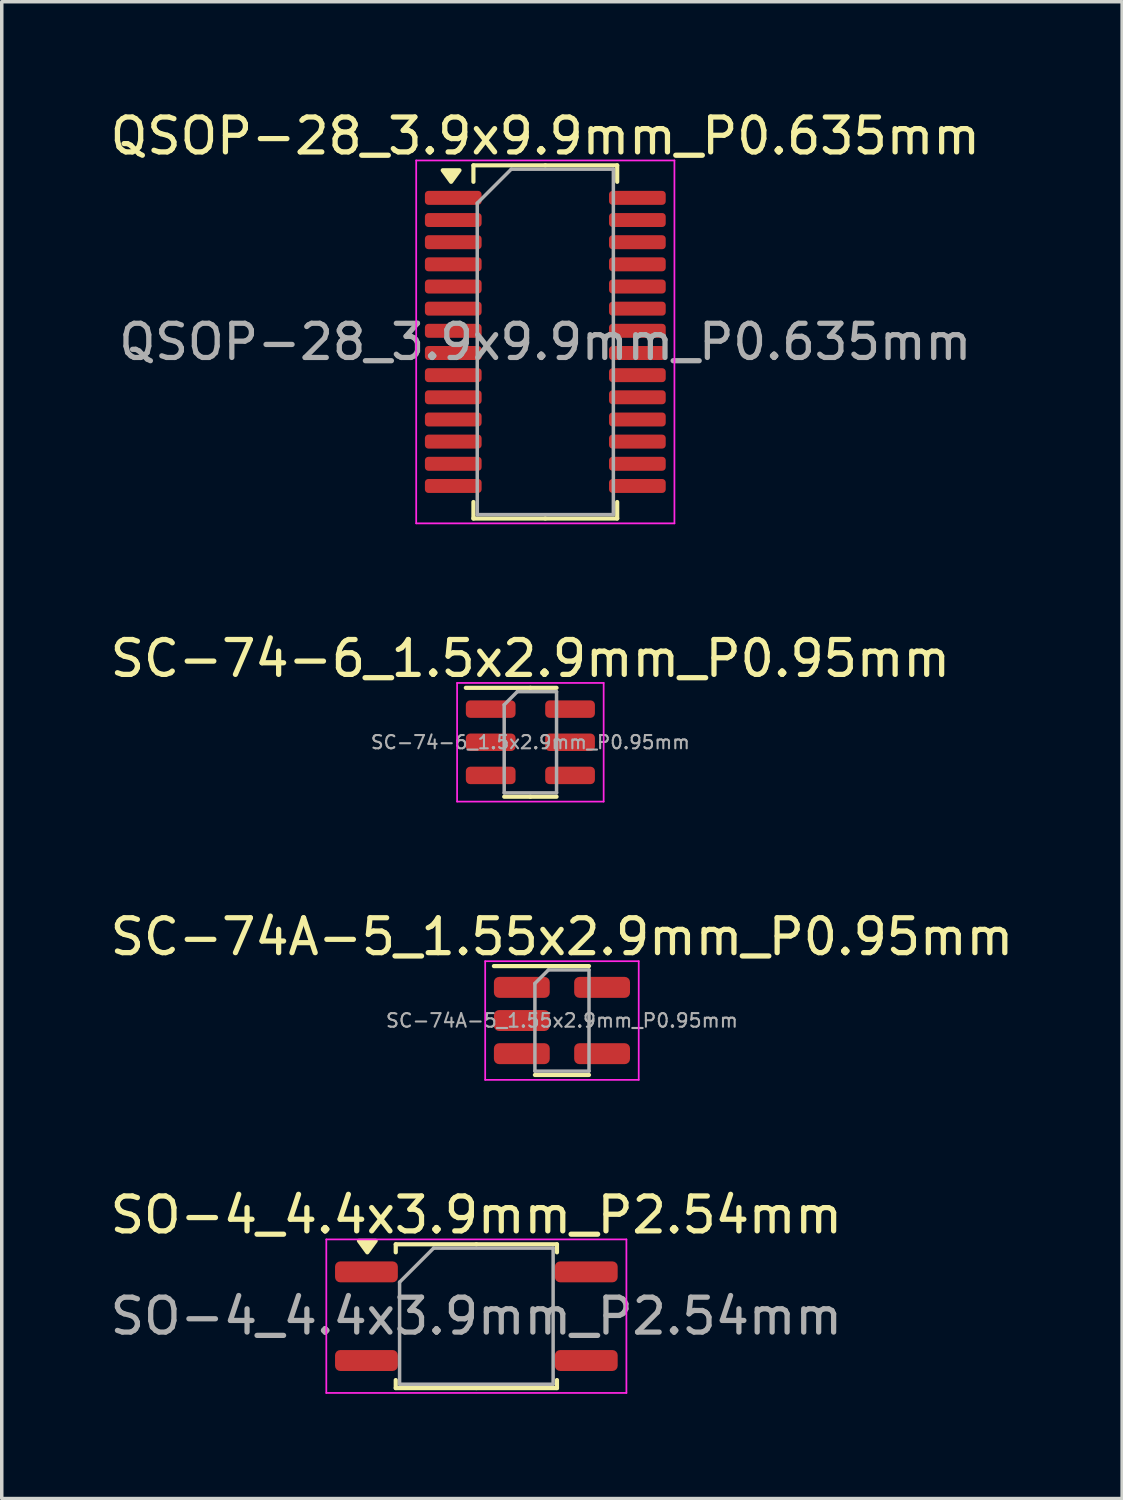
<source format=kicad_pcb>
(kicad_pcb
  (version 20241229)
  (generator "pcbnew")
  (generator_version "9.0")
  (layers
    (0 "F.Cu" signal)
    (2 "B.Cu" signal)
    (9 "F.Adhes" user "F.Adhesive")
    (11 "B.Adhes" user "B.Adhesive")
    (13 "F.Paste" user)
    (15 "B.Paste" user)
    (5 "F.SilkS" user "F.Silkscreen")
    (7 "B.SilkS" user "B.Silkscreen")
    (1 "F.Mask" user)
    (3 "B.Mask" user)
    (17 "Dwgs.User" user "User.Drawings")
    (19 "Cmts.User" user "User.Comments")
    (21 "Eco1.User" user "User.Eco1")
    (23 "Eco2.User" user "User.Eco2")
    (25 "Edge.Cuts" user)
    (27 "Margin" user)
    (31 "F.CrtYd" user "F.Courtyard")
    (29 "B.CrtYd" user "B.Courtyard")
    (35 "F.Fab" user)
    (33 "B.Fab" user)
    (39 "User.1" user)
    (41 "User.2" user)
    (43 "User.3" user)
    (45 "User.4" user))
  (footprint "SC-74A-5_1.55x2.9mm_P0.95mm"
    (layer "F.Cu")
    (at 13.054 26.195)
    (property "Reference" "SC-74A-5_1.55x2.9mm_P0.95mm" (at 0 -2.4 0) (layer "F.SilkS") (effects (font (size 1 1) (thickness 0.15))))
    (attr smd)
    (fp_line (start 0 -1.56) (end -1.95 -1.56) (stroke (width 0.12) (type solid)) (layer "F.SilkS"))
    (fp_line (start 0 -1.56) (end 0.775 -1.56) (stroke (width 0.12) (type solid)) (layer "F.SilkS"))
    (fp_line (start 0 1.56) (end -0.775 1.56) (stroke (width 0.12) (type solid)) (layer "F.SilkS"))
    (fp_line (start 0 1.56) (end 0.775 1.56) (stroke (width 0.12) (type solid)) (layer "F.SilkS"))
    (fp_line (start -2.2 -1.7) (end -2.2 1.7) (stroke (width 0.05) (type solid)) (layer "F.CrtYd"))
    (fp_line (start -2.2 1.7) (end 2.2 1.7) (stroke (width 0.05) (type solid)) (layer "F.CrtYd"))
    (fp_line (start 2.2 -1.7) (end -2.2 -1.7) (stroke (width 0.05) (type solid)) (layer "F.CrtYd"))
    (fp_line (start 2.2 1.7) (end 2.2 -1.7) (stroke (width 0.05) (type solid)) (layer "F.CrtYd"))
    (fp_line (start -0.775 -1.062) (end -0.388 -1.45) (stroke (width 0.1) (type solid)) (layer "F.Fab"))
    (fp_line (start -0.775 1.45) (end -0.775 -1.062) (stroke (width 0.1) (type solid)) (layer "F.Fab"))
    (fp_line (start -0.388 -1.45) (end 0.775 -1.45) (stroke (width 0.1) (type solid)) (layer "F.Fab"))
    (fp_line (start 0.775 -1.45) (end 0.775 1.45) (stroke (width 0.1) (type solid)) (layer "F.Fab"))
    (fp_line (start 0.775 1.45) (end -0.775 1.45) (stroke (width 0.1) (type solid)) (layer "F.Fab"))
    (fp_text user "${REFERENCE}" (at 0 0 0) (layer "F.Fab") (effects (font (size 0.39 0.39) (thickness 0.06))))
    (pad "1" smd roundrect (at -1.15 -0.95) (size 1.6 0.6) (layers "F.Cu" "F.Mask" "F.Paste") (roundrect_rratio 0.25))
    (pad "2" smd roundrect (at -1.15 0) (size 1.6 0.6) (layers "F.Cu" "F.Mask" "F.Paste") (roundrect_rratio 0.25))
    (pad "3" smd roundrect (at -1.15 0.95) (size 1.6 0.6) (layers "F.Cu" "F.Mask" "F.Paste") (roundrect_rratio 0.25))
    (pad "4" smd roundrect (at 1.15 0.95) (size 1.6 0.6) (layers "F.Cu" "F.Mask" "F.Paste") (roundrect_rratio 0.25))
    (pad "5" smd roundrect (at 1.15 -0.95) (size 1.6 0.6) (layers "F.Cu" "F.Mask" "F.Paste") (roundrect_rratio 0.25)))
  (footprint "SO-4_4.4x3.9mm_P2.54mm"
    (layer "F.Cu")
    (at 10.601 34.668)
    (property "Reference" "SO-4_4.4x3.9mm_P2.54mm" (at 0 -2.9 0) (layer "F.SilkS") (effects (font (size 1 1) (thickness 0.15))))
    (attr smd)
    (fp_line (start -2.31 -2.06) (end -2.31 -1.83) (stroke (width 0.12) (type solid)) (layer "F.SilkS"))
    (fp_line (start -2.31 2.06) (end -2.31 1.83) (stroke (width 0.12) (type solid)) (layer "F.SilkS"))
    (fp_line (start 0 -2.06) (end -2.31 -2.06) (stroke (width 0.12) (type solid)) (layer "F.SilkS"))
    (fp_line (start 0 -2.06) (end 2.31 -2.06) (stroke (width 0.12) (type solid)) (layer "F.SilkS"))
    (fp_line (start 0 2.06) (end -2.31 2.06) (stroke (width 0.12) (type solid)) (layer "F.SilkS"))
    (fp_line (start 0 2.06) (end 2.31 2.06) (stroke (width 0.12) (type solid)) (layer "F.SilkS"))
    (fp_line (start 2.31 -2.06) (end 2.31 -1.83) (stroke (width 0.12) (type solid)) (layer "F.SilkS"))
    (fp_line (start 2.31 2.06) (end 2.31 1.83) (stroke (width 0.12) (type solid)) (layer "F.SilkS"))
    (fp_poly (pts (xy -3.125 -1.83) (xy -3.365 -2.16) (xy -2.885 -2.16) (xy -3.125 -1.83)) (stroke (width 0.12) (type solid)) (fill yes) (layer "F.SilkS"))
    (fp_line (start -4.3 -2.2) (end -4.3 2.2) (stroke (width 0.05) (type solid)) (layer "F.CrtYd"))
    (fp_line (start -4.3 2.2) (end 4.3 2.2) (stroke (width 0.05) (type solid)) (layer "F.CrtYd"))
    (fp_line (start 4.3 -2.2) (end -4.3 -2.2) (stroke (width 0.05) (type solid)) (layer "F.CrtYd"))
    (fp_line (start 4.3 2.2) (end 4.3 -2.2) (stroke (width 0.05) (type solid)) (layer "F.CrtYd"))
    (fp_line (start -2.2 -0.975) (end -1.225 -1.95) (stroke (width 0.1) (type solid)) (layer "F.Fab"))
    (fp_line (start -2.2 1.95) (end -2.2 -0.975) (stroke (width 0.1) (type solid)) (layer "F.Fab"))
    (fp_line (start -1.225 -1.95) (end 2.2 -1.95) (stroke (width 0.1) (type solid)) (layer "F.Fab"))
    (fp_line (start 2.2 -1.95) (end 2.2 1.95) (stroke (width 0.1) (type solid)) (layer "F.Fab"))
    (fp_line (start 2.2 1.95) (end -2.2 1.95) (stroke (width 0.1) (type solid)) (layer "F.Fab"))
    (fp_text user "${REFERENCE}" (at 0 0 0) (layer "F.Fab") (effects (font (size 1 1) (thickness 0.15))))
    (pad "1" smd roundrect (at -3.15 -1.27) (size 1.8 0.6) (layers "F.Cu" "F.Mask" "F.Paste") (roundrect_rratio 0.25))
    (pad "2" smd roundrect (at -3.15 1.27) (size 1.8 0.6) (layers "F.Cu" "F.Mask" "F.Paste") (roundrect_rratio 0.25))
    (pad "3" smd roundrect (at 3.15 1.27) (size 1.8 0.6) (layers "F.Cu" "F.Mask" "F.Paste") (roundrect_rratio 0.25))
    (pad "4" smd roundrect (at 3.15 -1.27) (size 1.8 0.6) (layers "F.Cu" "F.Mask" "F.Paste") (roundrect_rratio 0.25)))
  (footprint "QSOP-28_3.9x9.9mm_P0.635mm"
    (layer "F.Cu")
    (at 12.577 6.748)
    (property "Reference" "QSOP-28_3.9x9.9mm_P0.635mm" (at 0 -5.9 0) (layer "F.SilkS") (effects (font (size 1 1) (thickness 0.15))))
    (attr smd)
    (fp_line (start -2.06 -5.06) (end -2.06 -4.588) (stroke (width 0.12) (type solid)) (layer "F.SilkS"))
    (fp_line (start -2.06 5.06) (end -2.06 4.588) (stroke (width 0.12) (type solid)) (layer "F.SilkS"))
    (fp_line (start 0 -5.06) (end -2.06 -5.06) (stroke (width 0.12) (type solid)) (layer "F.SilkS"))
    (fp_line (start 0 -5.06) (end 2.06 -5.06) (stroke (width 0.12) (type solid)) (layer "F.SilkS"))
    (fp_line (start 0 5.06) (end -2.06 5.06) (stroke (width 0.12) (type solid)) (layer "F.SilkS"))
    (fp_line (start 0 5.06) (end 2.06 5.06) (stroke (width 0.12) (type solid)) (layer "F.SilkS"))
    (fp_line (start 2.06 -5.06) (end 2.06 -4.588) (stroke (width 0.12) (type solid)) (layer "F.SilkS"))
    (fp_line (start 2.06 5.06) (end 2.06 4.588) (stroke (width 0.12) (type solid)) (layer "F.SilkS"))
    (fp_poly (pts (xy -2.7 -4.588) (xy -2.94 -4.918) (xy -2.46 -4.918) (xy -2.7 -4.588)) (stroke (width 0.12) (type solid)) (fill yes) (layer "F.SilkS"))
    (fp_line (start -3.7 -5.2) (end -3.7 5.2) (stroke (width 0.05) (type solid)) (layer "F.CrtYd"))
    (fp_line (start -3.7 5.2) (end 3.7 5.2) (stroke (width 0.05) (type solid)) (layer "F.CrtYd"))
    (fp_line (start 3.7 -5.2) (end -3.7 -5.2) (stroke (width 0.05) (type solid)) (layer "F.CrtYd"))
    (fp_line (start 3.7 5.2) (end 3.7 -5.2) (stroke (width 0.05) (type solid)) (layer "F.CrtYd"))
    (fp_line (start -1.95 -3.975) (end -0.975 -4.95) (stroke (width 0.1) (type solid)) (layer "F.Fab"))
    (fp_line (start -1.95 4.95) (end -1.95 -3.975) (stroke (width 0.1) (type solid)) (layer "F.Fab"))
    (fp_line (start -0.975 -4.95) (end 1.95 -4.95) (stroke (width 0.1) (type solid)) (layer "F.Fab"))
    (fp_line (start 1.95 -4.95) (end 1.95 4.95) (stroke (width 0.1) (type solid)) (layer "F.Fab"))
    (fp_line (start 1.95 4.95) (end -1.95 4.95) (stroke (width 0.1) (type solid)) (layer "F.Fab"))
    (fp_text user "${REFERENCE}" (at 0 0 0) (layer "F.Fab") (effects (font (size 0.98 0.98) (thickness 0.15))))
    (pad "1" smd roundrect (at -2.638 -4.128) (size 1.625 0.4) (layers "F.Cu" "F.Mask" "F.Paste") (roundrect_rratio 0.25))
    (pad "2" smd roundrect (at -2.638 -3.493) (size 1.625 0.4) (layers "F.Cu" "F.Mask" "F.Paste") (roundrect_rratio 0.25))
    (pad "3" smd roundrect (at -2.638 -2.857) (size 1.625 0.4) (layers "F.Cu" "F.Mask" "F.Paste") (roundrect_rratio 0.25))
    (pad "4" smd roundrect (at -2.638 -2.223) (size 1.625 0.4) (layers "F.Cu" "F.Mask" "F.Paste") (roundrect_rratio 0.25))
    (pad "5" smd roundrect (at -2.638 -1.587) (size 1.625 0.4) (layers "F.Cu" "F.Mask" "F.Paste") (roundrect_rratio 0.25))
    (pad "6" smd roundrect (at -2.638 -0.953) (size 1.625 0.4) (layers "F.Cu" "F.Mask" "F.Paste") (roundrect_rratio 0.25))
    (pad "7" smd roundrect (at -2.638 -0.318) (size 1.625 0.4) (layers "F.Cu" "F.Mask" "F.Paste") (roundrect_rratio 0.25))
    (pad "8" smd roundrect (at -2.638 0.318) (size 1.625 0.4) (layers "F.Cu" "F.Mask" "F.Paste") (roundrect_rratio 0.25))
    (pad "9" smd roundrect (at -2.638 0.953) (size 1.625 0.4) (layers "F.Cu" "F.Mask" "F.Paste") (roundrect_rratio 0.25))
    (pad "10" smd roundrect (at -2.638 1.587) (size 1.625 0.4) (layers "F.Cu" "F.Mask" "F.Paste") (roundrect_rratio 0.25))
    (pad "11" smd roundrect (at -2.638 2.223) (size 1.625 0.4) (layers "F.Cu" "F.Mask" "F.Paste") (roundrect_rratio 0.25))
    (pad "12" smd roundrect (at -2.638 2.857) (size 1.625 0.4) (layers "F.Cu" "F.Mask" "F.Paste") (roundrect_rratio 0.25))
    (pad "13" smd roundrect (at -2.638 3.493) (size 1.625 0.4) (layers "F.Cu" "F.Mask" "F.Paste") (roundrect_rratio 0.25))
    (pad "14" smd roundrect (at -2.638 4.128) (size 1.625 0.4) (layers "F.Cu" "F.Mask" "F.Paste") (roundrect_rratio 0.25))
    (pad "15" smd roundrect (at 2.638 4.128) (size 1.625 0.4) (layers "F.Cu" "F.Mask" "F.Paste") (roundrect_rratio 0.25))
    (pad "16" smd roundrect (at 2.638 3.493) (size 1.625 0.4) (layers "F.Cu" "F.Mask" "F.Paste") (roundrect_rratio 0.25))
    (pad "17" smd roundrect (at 2.638 2.857) (size 1.625 0.4) (layers "F.Cu" "F.Mask" "F.Paste") (roundrect_rratio 0.25))
    (pad "18" smd roundrect (at 2.638 2.223) (size 1.625 0.4) (layers "F.Cu" "F.Mask" "F.Paste") (roundrect_rratio 0.25))
    (pad "19" smd roundrect (at 2.638 1.587) (size 1.625 0.4) (layers "F.Cu" "F.Mask" "F.Paste") (roundrect_rratio 0.25))
    (pad "20" smd roundrect (at 2.638 0.953) (size 1.625 0.4) (layers "F.Cu" "F.Mask" "F.Paste") (roundrect_rratio 0.25))
    (pad "21" smd roundrect (at 2.638 0.318) (size 1.625 0.4) (layers "F.Cu" "F.Mask" "F.Paste") (roundrect_rratio 0.25))
    (pad "22" smd roundrect (at 2.638 -0.318) (size 1.625 0.4) (layers "F.Cu" "F.Mask" "F.Paste") (roundrect_rratio 0.25))
    (pad "23" smd roundrect (at 2.638 -0.953) (size 1.625 0.4) (layers "F.Cu" "F.Mask" "F.Paste") (roundrect_rratio 0.25))
    (pad "24" smd roundrect (at 2.638 -1.587) (size 1.625 0.4) (layers "F.Cu" "F.Mask" "F.Paste") (roundrect_rratio 0.25))
    (pad "25" smd roundrect (at 2.638 -2.223) (size 1.625 0.4) (layers "F.Cu" "F.Mask" "F.Paste") (roundrect_rratio 0.25))
    (pad "26" smd roundrect (at 2.638 -2.857) (size 1.625 0.4) (layers "F.Cu" "F.Mask" "F.Paste") (roundrect_rratio 0.25))
    (pad "27" smd roundrect (at 2.638 -3.493) (size 1.625 0.4) (layers "F.Cu" "F.Mask" "F.Paste") (roundrect_rratio 0.25))
    (pad "28" smd roundrect (at 2.638 -4.128) (size 1.625 0.4) (layers "F.Cu" "F.Mask" "F.Paste") (roundrect_rratio 0.25)))
  (footprint "SC-74-6_1.5x2.9mm_P0.95mm"
    (layer "F.Cu")
    (at 12.149 18.221)
    (property "Reference" "SC-74-6_1.5x2.9mm_P0.95mm" (at 0 -2.4 0) (layer "F.SilkS") (effects (font (size 1 1) (thickness 0.15))))
    (attr smd)
    (fp_line (start 0 -1.56) (end -1.85 -1.56) (stroke (width 0.12) (type solid)) (layer "F.SilkS"))
    (fp_line (start 0 -1.56) (end 0.75 -1.56) (stroke (width 0.12) (type solid)) (layer "F.SilkS"))
    (fp_line (start 0 1.56) (end -0.75 1.56) (stroke (width 0.12) (type solid)) (layer "F.SilkS"))
    (fp_line (start 0 1.56) (end 0.75 1.56) (stroke (width 0.12) (type solid)) (layer "F.SilkS"))
    (fp_line (start -2.1 -1.7) (end -2.1 1.7) (stroke (width 0.05) (type solid)) (layer "F.CrtYd"))
    (fp_line (start -2.1 1.7) (end 2.1 1.7) (stroke (width 0.05) (type solid)) (layer "F.CrtYd"))
    (fp_line (start 2.1 -1.7) (end -2.1 -1.7) (stroke (width 0.05) (type solid)) (layer "F.CrtYd"))
    (fp_line (start 2.1 1.7) (end 2.1 -1.7) (stroke (width 0.05) (type solid)) (layer "F.CrtYd"))
    (fp_line (start -0.75 -1.075) (end -0.375 -1.45) (stroke (width 0.1) (type solid)) (layer "F.Fab"))
    (fp_line (start -0.75 1.45) (end -0.75 -1.075) (stroke (width 0.1) (type solid)) (layer "F.Fab"))
    (fp_line (start -0.375 -1.45) (end 0.75 -1.45) (stroke (width 0.1) (type solid)) (layer "F.Fab"))
    (fp_line (start 0.75 -1.45) (end 0.75 1.45) (stroke (width 0.1) (type solid)) (layer "F.Fab"))
    (fp_line (start 0.75 1.45) (end -0.75 1.45) (stroke (width 0.1) (type solid)) (layer "F.Fab"))
    (fp_text user "${REFERENCE}" (at 0 0 0) (layer "F.Fab") (effects (font (size 0.38 0.38) (thickness 0.06))))
    (pad "1" smd roundrect (at -1.137 -0.95) (size 1.425 0.5) (layers "F.Cu" "F.Mask" "F.Paste") (roundrect_rratio 0.25))
    (pad "2" smd roundrect (at -1.137 0) (size 1.425 0.5) (layers "F.Cu" "F.Mask" "F.Paste") (roundrect_rratio 0.25))
    (pad "3" smd roundrect (at -1.137 0.95) (size 1.425 0.5) (layers "F.Cu" "F.Mask" "F.Paste") (roundrect_rratio 0.25))
    (pad "4" smd roundrect (at 1.137 0.95) (size 1.425 0.5) (layers "F.Cu" "F.Mask" "F.Paste") (roundrect_rratio 0.25))
    (pad "5" smd roundrect (at 1.137 0) (size 1.425 0.5) (layers "F.Cu" "F.Mask" "F.Paste") (roundrect_rratio 0.25))
    (pad "6" smd roundrect (at 1.137 -0.95) (size 1.425 0.5) (layers "F.Cu" "F.Mask" "F.Paste") (roundrect_rratio 0.25)))
  (gr_rect
    (start -3 -3)
    (end 29.107 39.893)
    (stroke (width 0.1) (type default))
    (fill no)
    (layer "Edge.Cuts")))
</source>
